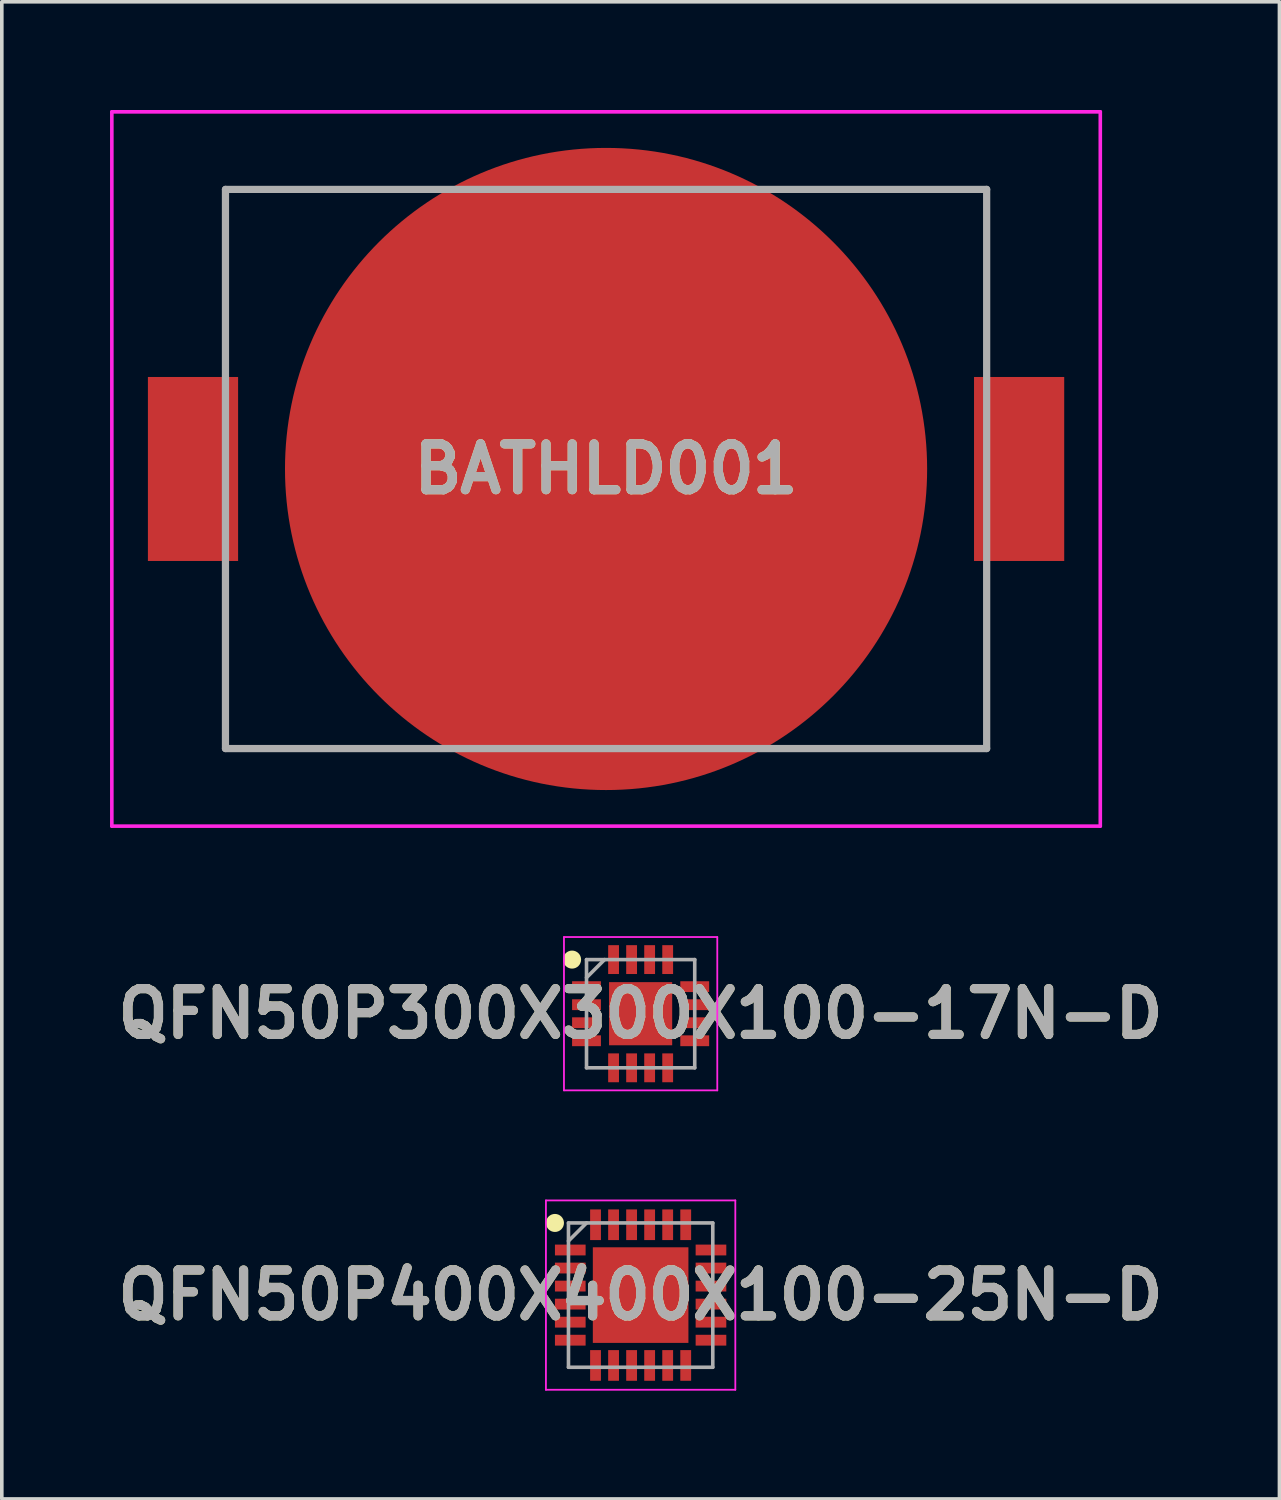
<source format=kicad_pcb>
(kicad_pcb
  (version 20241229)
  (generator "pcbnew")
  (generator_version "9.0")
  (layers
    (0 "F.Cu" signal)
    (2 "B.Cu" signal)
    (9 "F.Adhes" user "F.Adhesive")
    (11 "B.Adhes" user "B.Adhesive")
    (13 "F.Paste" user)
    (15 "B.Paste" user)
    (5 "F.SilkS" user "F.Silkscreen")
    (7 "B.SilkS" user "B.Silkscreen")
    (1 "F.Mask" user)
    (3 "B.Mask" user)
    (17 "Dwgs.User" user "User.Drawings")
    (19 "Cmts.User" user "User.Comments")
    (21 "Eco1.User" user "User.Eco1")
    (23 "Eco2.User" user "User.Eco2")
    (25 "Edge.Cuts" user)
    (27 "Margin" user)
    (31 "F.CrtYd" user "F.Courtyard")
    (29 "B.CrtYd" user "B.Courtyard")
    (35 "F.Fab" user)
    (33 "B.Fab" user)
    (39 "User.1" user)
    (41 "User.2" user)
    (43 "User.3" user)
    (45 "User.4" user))
  (footprint "BATHLD001"
    (layer "F.Cu")
    (at 13.75 9.95)
    (property "Reference" "BATHLD001" (at 0 0 0) (layer "F.SilkS") (effects (font (size 1.27 1.27) (thickness 0.254))))
    (attr smd)
    (fp_line (start -10.55 -7.75) (end -5 -7.75) (stroke (width 0.1) (type solid)) (layer "F.SilkS"))
    (fp_line (start -10.55 -3) (end -10.55 -7.75) (stroke (width 0.1) (type solid)) (layer "F.SilkS"))
    (fp_line (start -10.55 3) (end -10.55 7.75) (stroke (width 0.1) (type solid)) (layer "F.SilkS"))
    (fp_line (start -10.55 7.75) (end -5.5 7.75) (stroke (width 0.1) (type solid)) (layer "F.SilkS"))
    (fp_line (start 5 -7.75) (end 10.55 -7.75) (stroke (width 0.1) (type solid)) (layer "F.SilkS"))
    (fp_line (start 5 7.75) (end 10.55 7.75) (stroke (width 0.1) (type solid)) (layer "F.SilkS"))
    (fp_line (start 10.55 -7.75) (end 10.55 -3) (stroke (width 0.1) (type solid)) (layer "F.SilkS"))
    (fp_line (start 10.55 7.75) (end 10.55 3) (stroke (width 0.1) (type solid)) (layer "F.SilkS"))
    (fp_line (start -13.7 -9.9) (end 13.7 -9.9) (stroke (width 0.1) (type solid)) (layer "F.CrtYd"))
    (fp_line (start -13.7 9.9) (end -13.7 -9.9) (stroke (width 0.1) (type solid)) (layer "F.CrtYd"))
    (fp_line (start 13.7 -9.9) (end 13.7 9.9) (stroke (width 0.1) (type solid)) (layer "F.CrtYd"))
    (fp_line (start 13.7 9.9) (end -13.7 9.9) (stroke (width 0.1) (type solid)) (layer "F.CrtYd"))
    (fp_line (start -10.55 -7.75) (end 10.55 -7.75) (stroke (width 0.2) (type solid)) (layer "F.Fab"))
    (fp_line (start -10.55 7.75) (end -10.55 -7.75) (stroke (width 0.2) (type solid)) (layer "F.Fab"))
    (fp_line (start 10.55 -7.75) (end 10.55 7.75) (stroke (width 0.2) (type solid)) (layer "F.Fab"))
    (fp_line (start 10.55 7.75) (end -10.55 7.75) (stroke (width 0.2) (type solid)) (layer "F.Fab"))
    (fp_text user "${REFERENCE}" (at 0 0 0) (layer "F.Fab") (effects (font (size 1.27 1.27) (thickness 0.254))))
    (pad "1" smd rect (at 11.45 0) (size 2.5 5.1) (layers "F.Cu" "F.Mask" "F.Paste"))
    (pad "2" smd rect (at -11.45 0) (size 2.5 5.1) (layers "F.Cu" "F.Mask" "F.Paste"))
    (pad "3" smd circle (at 0 0 90) (size 17.8 17.8) (layers "F.Cu" "F.Mask" "F.Paste")))
  (footprint "QFN50P400X400X100-25N-D"
    (layer "F.Cu")
    (at 14.708 32.85)
    (property "Reference" "QFN50P400X400X100-25N-D" (at 0 0 0) (layer "F.SilkS") (effects (font (size 1.27 1.27) (thickness 0.254))))
    (attr smd)
    (fp_circle (center -2.375 -2) (end -2.375 -1.875) (stroke (width 0.25) (type solid)) (fill no) (layer "F.SilkS"))
    (fp_line (start -2.625 -2.625) (end 2.625 -2.625) (stroke (width 0.05) (type solid)) (layer "F.CrtYd"))
    (fp_line (start -2.625 2.625) (end -2.625 -2.625) (stroke (width 0.05) (type solid)) (layer "F.CrtYd"))
    (fp_line (start 2.625 -2.625) (end 2.625 2.625) (stroke (width 0.05) (type solid)) (layer "F.CrtYd"))
    (fp_line (start 2.625 2.625) (end -2.625 2.625) (stroke (width 0.05) (type solid)) (layer "F.CrtYd"))
    (fp_line (start -2 -2) (end 2 -2) (stroke (width 0.1) (type solid)) (layer "F.Fab"))
    (fp_line (start -2 -1.5) (end -1.5 -2) (stroke (width 0.1) (type solid)) (layer "F.Fab"))
    (fp_line (start -2 2) (end -2 -2) (stroke (width 0.1) (type solid)) (layer "F.Fab"))
    (fp_line (start 2 -2) (end 2 2) (stroke (width 0.1) (type solid)) (layer "F.Fab"))
    (fp_line (start 2 2) (end -2 2) (stroke (width 0.1) (type solid)) (layer "F.Fab"))
    (fp_text user "${REFERENCE}" (at 0 0 0) (layer "F.Fab") (effects (font (size 1.27 1.27) (thickness 0.254))))
    (pad "1" smd rect (at -1.95 -1.25 90) (size 0.3 0.85) (layers "F.Cu" "F.Mask" "F.Paste"))
    (pad "2" smd rect (at -1.95 -0.75 90) (size 0.3 0.85) (layers "F.Cu" "F.Mask" "F.Paste"))
    (pad "3" smd rect (at -1.95 -0.25 90) (size 0.3 0.85) (layers "F.Cu" "F.Mask" "F.Paste"))
    (pad "4" smd rect (at -1.95 0.25 90) (size 0.3 0.85) (layers "F.Cu" "F.Mask" "F.Paste"))
    (pad "5" smd rect (at -1.95 0.75 90) (size 0.3 0.85) (layers "F.Cu" "F.Mask" "F.Paste"))
    (pad "6" smd rect (at -1.95 1.25 90) (size 0.3 0.85) (layers "F.Cu" "F.Mask" "F.Paste"))
    (pad "7" smd rect (at -1.25 1.95) (size 0.3 0.85) (layers "F.Cu" "F.Mask" "F.Paste"))
    (pad "8" smd rect (at -0.75 1.95) (size 0.3 0.85) (layers "F.Cu" "F.Mask" "F.Paste"))
    (pad "9" smd rect (at -0.25 1.95) (size 0.3 0.85) (layers "F.Cu" "F.Mask" "F.Paste"))
    (pad "10" smd rect (at 0.25 1.95) (size 0.3 0.85) (layers "F.Cu" "F.Mask" "F.Paste"))
    (pad "11" smd rect (at 0.75 1.95) (size 0.3 0.85) (layers "F.Cu" "F.Mask" "F.Paste"))
    (pad "12" smd rect (at 1.25 1.95) (size 0.3 0.85) (layers "F.Cu" "F.Mask" "F.Paste"))
    (pad "13" smd rect (at 1.95 1.25 90) (size 0.3 0.85) (layers "F.Cu" "F.Mask" "F.Paste"))
    (pad "14" smd rect (at 1.95 0.75 90) (size 0.3 0.85) (layers "F.Cu" "F.Mask" "F.Paste"))
    (pad "15" smd rect (at 1.95 0.25 90) (size 0.3 0.85) (layers "F.Cu" "F.Mask" "F.Paste"))
    (pad "16" smd rect (at 1.95 -0.25 90) (size 0.3 0.85) (layers "F.Cu" "F.Mask" "F.Paste"))
    (pad "17" smd rect (at 1.95 -0.75 90) (size 0.3 0.85) (layers "F.Cu" "F.Mask" "F.Paste"))
    (pad "18" smd rect (at 1.95 -1.25 90) (size 0.3 0.85) (layers "F.Cu" "F.Mask" "F.Paste"))
    (pad "19" smd rect (at 1.25 -1.95) (size 0.3 0.85) (layers "F.Cu" "F.Mask" "F.Paste"))
    (pad "20" smd rect (at 0.75 -1.95) (size 0.3 0.85) (layers "F.Cu" "F.Mask" "F.Paste"))
    (pad "21" smd rect (at 0.25 -1.95) (size 0.3 0.85) (layers "F.Cu" "F.Mask" "F.Paste"))
    (pad "22" smd rect (at -0.25 -1.95) (size 0.3 0.85) (layers "F.Cu" "F.Mask" "F.Paste"))
    (pad "23" smd rect (at -0.75 -1.95) (size 0.3 0.85) (layers "F.Cu" "F.Mask" "F.Paste"))
    (pad "24" smd rect (at -1.25 -1.95) (size 0.3 0.85) (layers "F.Cu" "F.Mask" "F.Paste"))
    (pad "25" smd rect (at 0 0) (size 2.65 2.65) (layers "F.Cu" "F.Mask" "F.Paste")))
  (footprint "QFN50P300X300X100-17N-D"
    (layer "F.Cu")
    (at 14.708 25.05)
    (property "Reference" "QFN50P300X300X100-17N-D" (at 0 0 0) (layer "F.SilkS") (effects (font (size 1.27 1.27) (thickness 0.254))))
    (attr smd)
    (fp_circle (center -1.9 -1.5) (end -1.9 -1.375) (stroke (width 0.25) (type solid)) (fill no) (layer "F.SilkS"))
    (fp_line (start -2.125 -2.125) (end 2.125 -2.125) (stroke (width 0.05) (type solid)) (layer "F.CrtYd"))
    (fp_line (start -2.125 2.125) (end -2.125 -2.125) (stroke (width 0.05) (type solid)) (layer "F.CrtYd"))
    (fp_line (start 2.125 -2.125) (end 2.125 2.125) (stroke (width 0.05) (type solid)) (layer "F.CrtYd"))
    (fp_line (start 2.125 2.125) (end -2.125 2.125) (stroke (width 0.05) (type solid)) (layer "F.CrtYd"))
    (fp_line (start -1.5 -1.5) (end 1.5 -1.5) (stroke (width 0.1) (type solid)) (layer "F.Fab"))
    (fp_line (start -1.5 -1) (end -1 -1.5) (stroke (width 0.1) (type solid)) (layer "F.Fab"))
    (fp_line (start -1.5 1.5) (end -1.5 -1.5) (stroke (width 0.1) (type solid)) (layer "F.Fab"))
    (fp_line (start 1.5 -1.5) (end 1.5 1.5) (stroke (width 0.1) (type solid)) (layer "F.Fab"))
    (fp_line (start 1.5 1.5) (end -1.5 1.5) (stroke (width 0.1) (type solid)) (layer "F.Fab"))
    (fp_text user "${REFERENCE}" (at 0 0 0) (layer "F.Fab") (effects (font (size 1.27 1.27) (thickness 0.254))))
    (pad "1" smd rect (at -1.5 -0.75 90) (size 0.3 0.8) (layers "F.Cu" "F.Mask" "F.Paste"))
    (pad "2" smd rect (at -1.5 -0.25 90) (size 0.3 0.8) (layers "F.Cu" "F.Mask" "F.Paste"))
    (pad "3" smd rect (at -1.5 0.25 90) (size 0.3 0.8) (layers "F.Cu" "F.Mask" "F.Paste"))
    (pad "4" smd rect (at -1.5 0.75 90) (size 0.3 0.8) (layers "F.Cu" "F.Mask" "F.Paste"))
    (pad "5" smd rect (at -0.75 1.5) (size 0.3 0.8) (layers "F.Cu" "F.Mask" "F.Paste"))
    (pad "6" smd rect (at -0.25 1.5) (size 0.3 0.8) (layers "F.Cu" "F.Mask" "F.Paste"))
    (pad "7" smd rect (at 0.25 1.5) (size 0.3 0.8) (layers "F.Cu" "F.Mask" "F.Paste"))
    (pad "8" smd rect (at 0.75 1.5) (size 0.3 0.8) (layers "F.Cu" "F.Mask" "F.Paste"))
    (pad "9" smd rect (at 1.5 0.75 90) (size 0.3 0.8) (layers "F.Cu" "F.Mask" "F.Paste"))
    (pad "10" smd rect (at 1.5 0.25 90) (size 0.3 0.8) (layers "F.Cu" "F.Mask" "F.Paste"))
    (pad "11" smd rect (at 1.5 -0.25 90) (size 0.3 0.8) (layers "F.Cu" "F.Mask" "F.Paste"))
    (pad "12" smd rect (at 1.5 -0.75 90) (size 0.3 0.8) (layers "F.Cu" "F.Mask" "F.Paste"))
    (pad "13" smd rect (at 0.75 -1.5) (size 0.3 0.8) (layers "F.Cu" "F.Mask" "F.Paste"))
    (pad "14" smd rect (at 0.25 -1.5) (size 0.3 0.8) (layers "F.Cu" "F.Mask" "F.Paste"))
    (pad "15" smd rect (at -0.25 -1.5) (size 0.3 0.8) (layers "F.Cu" "F.Mask" "F.Paste"))
    (pad "16" smd rect (at -0.75 -1.5) (size 0.3 0.8) (layers "F.Cu" "F.Mask" "F.Paste"))
    (pad "17" smd rect (at 0 0) (size 1.75 1.75) (layers "F.Cu" "F.Mask" "F.Paste")))
  (gr_rect
    (start -3 -3)
    (end 32.416 38.5)
    (stroke (width 0.1) (type default))
    (fill no)
    (layer "Edge.Cuts")))
</source>
